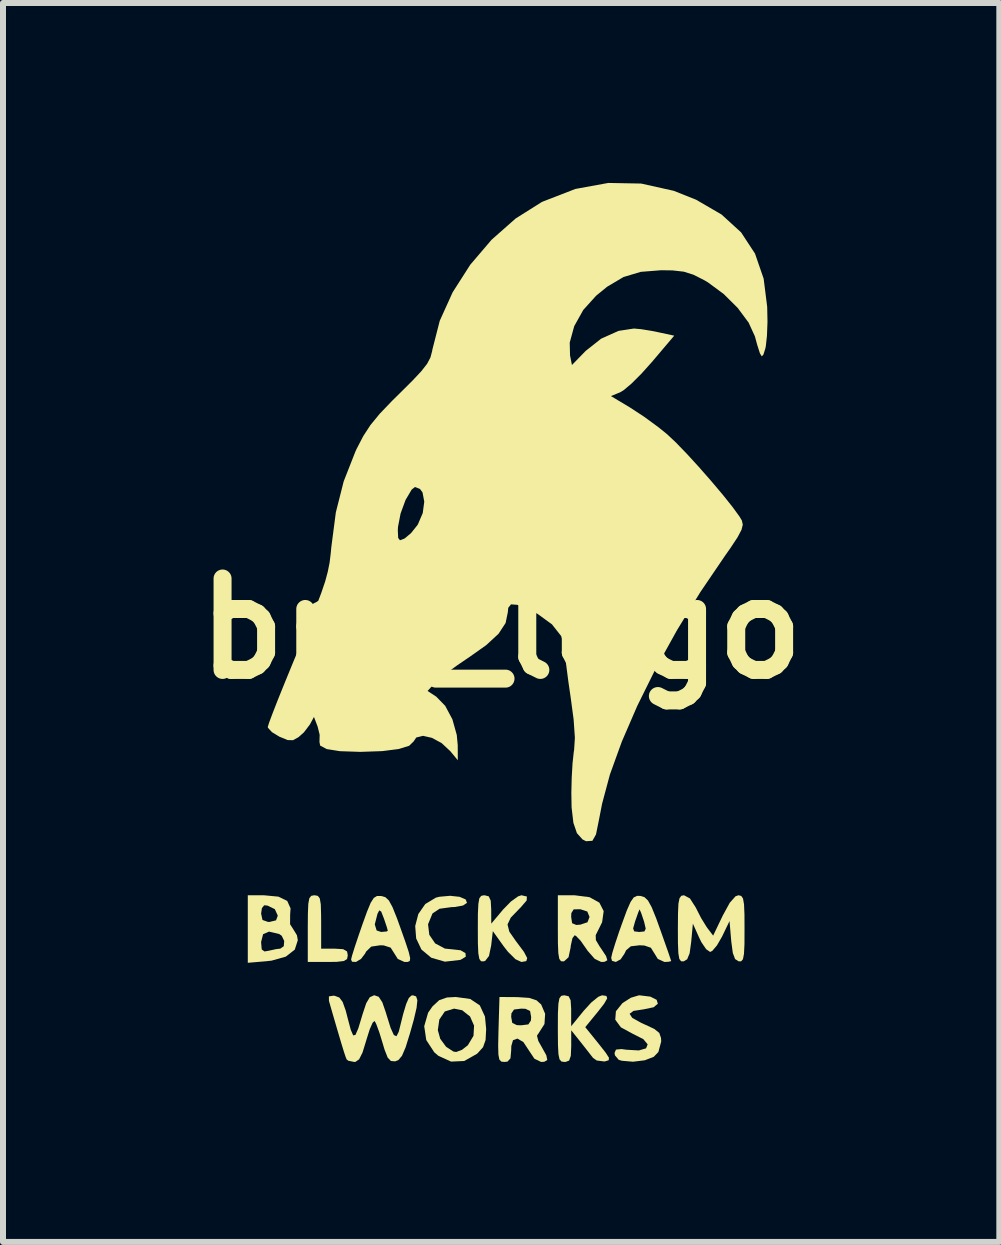
<source format=kicad_pcb>
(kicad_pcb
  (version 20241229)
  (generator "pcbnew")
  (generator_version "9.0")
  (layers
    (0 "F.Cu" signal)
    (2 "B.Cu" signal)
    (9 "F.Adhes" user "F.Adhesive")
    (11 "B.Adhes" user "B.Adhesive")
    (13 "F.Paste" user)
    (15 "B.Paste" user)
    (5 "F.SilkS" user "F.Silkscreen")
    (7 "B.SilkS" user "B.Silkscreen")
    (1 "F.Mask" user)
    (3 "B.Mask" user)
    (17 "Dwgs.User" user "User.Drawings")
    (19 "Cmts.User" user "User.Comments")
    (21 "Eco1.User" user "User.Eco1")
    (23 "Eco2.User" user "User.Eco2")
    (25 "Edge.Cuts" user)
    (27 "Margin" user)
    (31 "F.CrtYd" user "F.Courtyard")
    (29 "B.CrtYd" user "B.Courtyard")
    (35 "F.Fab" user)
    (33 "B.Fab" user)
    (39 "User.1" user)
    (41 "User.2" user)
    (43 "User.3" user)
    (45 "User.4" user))
  (footprint "brw_logo"
    (layer "F.Cu")
    (at 5.305 7.429)
    (property "Reference" "brw_logo" (at 0 0 0) (layer "F.SilkS") (effects (font (size 1.524 1.524) (thickness 0.3))))
    (attr board_only exclude_from_pos_files exclude_from_bom)
    (fp_poly (pts (xy -3.057 4.456) (xy -3.024 4.498) (xy -3.007 4.597) (xy -3.002 4.774) (xy -3.001 4.891) (xy -3.001 5.336) (xy -2.779 5.336) (xy -2.634 5.345) (xy -2.569 5.383) (xy -2.557 5.447) (xy -2.569 5.509) (xy -2.622 5.542) (xy -2.742 5.556) (xy -2.89 5.558) (xy -3.224 5.558) (xy -3.224 5.002) (xy -3.222 4.749) (xy -3.215 4.587) (xy -3.198 4.496) (xy -3.167 4.456) (xy -3.118 4.446) (xy -3.112 4.446)) (stroke (width 0) (type solid)) (fill yes) (layer "F.SilkS"))
    (fp_poly (pts (xy -0.693 4.472) (xy -0.591 4.516) (xy -0.57 4.573) (xy -0.636 4.617) (xy -0.775 4.642) (xy -0.831 4.644) (xy -1.028 4.671) (xy -1.143 4.748) (xy -1.146 4.752) (xy -1.219 4.93) (xy -1.198 5.105) (xy -1.1 5.249) (xy -0.938 5.335) (xy -0.82 5.347) (xy -0.677 5.363) (xy -0.595 5.411) (xy -0.59 5.47) (xy -0.675 5.521) (xy -0.685 5.524) (xy -0.938 5.553) (xy -1.164 5.488) (xy -1.166 5.487) (xy -1.329 5.351) (xy -1.417 5.166) (xy -1.433 4.959) (xy -1.381 4.759) (xy -1.265 4.592) (xy -1.089 4.486) (xy -1.031 4.471) (xy -0.85 4.455)) (stroke (width 0) (type solid)) (fill yes) (layer "F.SilkS"))
    (fp_poly (pts (xy -0.516 6.175) (xy -0.356 6.282) (xy -0.27 6.468) (xy -0.25 6.676) (xy -0.26 6.86) (xy -0.302 6.979) (xy -0.393 7.08) (xy -0.406 7.091) (xy -0.616 7.209) (xy -0.835 7.219) (xy -1.045 7.124) (xy -1.116 7.063) (xy -1.249 6.859) (xy -1.273 6.694) (xy -1.056 6.694) (xy -1.016 6.839) (xy -0.918 6.972) (xy -0.797 7.051) (xy -0.75 7.059) (xy -0.652 7.022) (xy -0.556 6.947) (xy -0.461 6.789) (xy -0.452 6.619) (xy -0.519 6.467) (xy -0.65 6.363) (xy -0.785 6.336) (xy -0.939 6.383) (xy -1.031 6.518) (xy -1.056 6.694) (xy -1.273 6.694) (xy -1.283 6.63) (xy -1.218 6.404) (xy -1.144 6.298) (xy -1.033 6.195) (xy -0.903 6.15) (xy -0.757 6.142)) (stroke (width 0) (type solid)) (fill yes) (layer "F.SilkS"))
    (fp_poly (pts (xy 2.487 6.136) (xy 2.592 6.189) (xy 2.612 6.254) (xy 2.542 6.313) (xy 2.38 6.347) (xy 2.206 6.374) (xy 2.141 6.422) (xy 2.185 6.49) (xy 2.338 6.575) (xy 2.389 6.598) (xy 2.552 6.674) (xy 2.636 6.741) (xy 2.665 6.826) (xy 2.668 6.884) (xy 2.621 7.059) (xy 2.544 7.139) (xy 2.395 7.197) (xy 2.198 7.221) (xy 2.012 7.205) (xy 1.959 7.189) (xy 1.897 7.115) (xy 1.89 7.075) (xy 1.914 7.019) (xy 2.004 7.01) (xy 2.087 7.021) (xy 2.295 7.033) (xy 2.416 6.998) (xy 2.442 6.931) (xy 2.37 6.845) (xy 2.195 6.756) (xy 1.996 6.648) (xy 1.902 6.52) (xy 1.913 6.38) (xy 2.023 6.243) (xy 2.163 6.154) (xy 2.297 6.114) (xy 2.305 6.114)) (stroke (width 0) (type solid)) (fill yes) (layer "F.SilkS"))
    (fp_poly (pts (xy 0.429 4.467) (xy 0.425 4.533) (xy 0.326 4.648) (xy 0.301 4.673) (xy 0.16 4.819) (xy 0.106 4.933) (xy 0.136 5.053) (xy 0.246 5.211) (xy 0.254 5.221) (xy 0.38 5.39) (xy 0.434 5.493) (xy 0.419 5.544) (xy 0.338 5.558) (xy 0.337 5.558) (xy 0.238 5.512) (xy 0.112 5.387) (xy 0.045 5.301) (xy -0.139 5.044) (xy -0.167 5.286) (xy -0.203 5.458) (xy -0.265 5.539) (xy -0.292 5.548) (xy -0.336 5.546) (xy -0.364 5.507) (xy -0.381 5.413) (xy -0.388 5.244) (xy -0.389 5.006) (xy -0.388 4.752) (xy -0.38 4.589) (xy -0.364 4.497) (xy -0.333 4.456) (xy -0.285 4.446) (xy -0.278 4.446) (xy -0.207 4.464) (xy -0.174 4.536) (xy -0.166 4.683) (xy -0.165 4.919) (xy 0.033 4.683) (xy 0.162 4.551) (xy 0.281 4.465) (xy 0.338 4.446)) (stroke (width 0) (type solid)) (fill yes) (layer "F.SilkS"))
    (fp_poly (pts (xy -3.714 4.469) (xy -3.567 4.54) (xy -3.511 4.664) (xy -3.518 4.767) (xy -3.519 4.93) (xy -3.471 5.004) (xy -3.405 5.112) (xy -3.39 5.195) (xy -3.441 5.353) (xy -3.59 5.469) (xy -3.828 5.536) (xy -3.919 5.546) (xy -4.224 5.572) (xy -4.224 5.231) (xy -4.002 5.231) (xy -3.992 5.349) (xy -3.945 5.383) (xy -3.877 5.371) (xy -3.747 5.343) (xy -3.682 5.336) (xy -3.624 5.295) (xy -3.617 5.207) (xy -3.659 5.121) (xy -3.701 5.092) (xy -3.87 5.052) (xy -3.969 5.095) (xy -4.002 5.224) (xy -4.002 5.231) (xy -4.224 5.231) (xy -4.224 4.752) (xy -4.002 4.752) (xy -3.979 4.858) (xy -3.888 4.89) (xy -3.863 4.891) (xy -3.753 4.864) (xy -3.724 4.786) (xy -3.773 4.678) (xy -3.896 4.618) (xy -3.951 4.613) (xy -3.989 4.661) (xy -4.002 4.752) (xy -4.224 4.752) (xy -4.224 4.446) (xy -3.957 4.446)) (stroke (width 0) (type solid)) (fill yes) (layer "F.SilkS"))
    (fp_poly (pts (xy 1.125 6.13) (xy 1.158 6.196) (xy 1.167 6.34) (xy 1.167 6.372) (xy 1.167 6.629) (xy 1.376 6.372) (xy 1.503 6.233) (xy 1.619 6.139) (xy 1.681 6.114) (xy 1.754 6.124) (xy 1.768 6.165) (xy 1.716 6.255) (xy 1.595 6.41) (xy 1.59 6.415) (xy 1.402 6.645) (xy 1.625 6.921) (xy 1.743 7.071) (xy 1.797 7.155) (xy 1.793 7.196) (xy 1.74 7.213) (xy 1.719 7.217) (xy 1.594 7.201) (xy 1.532 7.158) (xy 1.461 7.067) (xy 1.356 6.933) (xy 1.321 6.889) (xy 1.168 6.697) (xy 1.168 6.961) (xy 1.161 7.123) (xy 1.133 7.202) (xy 1.073 7.225) (xy 1.056 7.225) (xy 1.005 7.218) (xy 0.973 7.181) (xy 0.955 7.096) (xy 0.947 6.942) (xy 0.945 6.699) (xy 0.945 6.67) (xy 0.946 6.417) (xy 0.954 6.255) (xy 0.971 6.164) (xy 1.001 6.123) (xy 1.05 6.114) (xy 1.056 6.114)) (stroke (width 0) (type solid)) (fill yes) (layer "F.SilkS"))
    (fp_poly (pts (xy 1.473 4.478) (xy 1.637 4.569) (xy 1.709 4.71) (xy 1.683 4.895) (xy 1.631 5.001) (xy 1.576 5.111) (xy 1.579 5.194) (xy 1.645 5.305) (xy 1.659 5.324) (xy 1.749 5.46) (xy 1.77 5.53) (xy 1.722 5.556) (xy 1.668 5.558) (xy 1.561 5.508) (xy 1.44 5.37) (xy 1.417 5.336) (xy 1.325 5.205) (xy 1.249 5.125) (xy 1.225 5.113) (xy 1.188 5.162) (xy 1.161 5.284) (xy 1.157 5.321) (xy 1.123 5.48) (xy 1.05 5.546) (xy 1.042 5.548) (xy 0.998 5.546) (xy 0.969 5.507) (xy 0.953 5.413) (xy 0.946 5.244) (xy 0.945 5.006) (xy 0.945 4.808) (xy 1.167 4.808) (xy 1.183 4.912) (xy 1.252 4.941) (xy 1.32 4.936) (xy 1.439 4.896) (xy 1.473 4.808) (xy 1.436 4.717) (xy 1.32 4.679) (xy 1.209 4.681) (xy 1.17 4.743) (xy 1.167 4.808) (xy 0.945 4.808) (xy 0.945 4.446) (xy 1.223 4.446)) (stroke (width 0) (type solid)) (fill yes) (layer "F.SilkS"))
    (fp_poly (pts (xy -2.002 4.458) (xy -1.931 4.478) (xy -1.872 4.533) (xy -1.812 4.643) (xy -1.738 4.827) (xy -1.685 4.974) (xy -1.595 5.228) (xy -1.54 5.395) (xy -1.517 5.494) (xy -1.523 5.541) (xy -1.556 5.557) (xy -1.613 5.558) (xy -1.724 5.507) (xy -1.779 5.419) (xy -1.843 5.319) (xy -1.958 5.282) (xy -2.018 5.28) (xy -2.166 5.302) (xy -2.251 5.384) (xy -2.269 5.419) (xy -2.337 5.508) (xy -2.421 5.558) (xy -2.487 5.554) (xy -2.502 5.516) (xy -2.485 5.449) (xy -2.439 5.302) (xy -2.371 5.1) (xy -2.322 4.958) (xy -2.313 4.932) (xy -2.107 4.932) (xy -2.076 5.033) (xy -2.001 5.058) (xy -1.91 5.05) (xy -1.89 5.038) (xy -1.906 4.978) (xy -1.947 4.856) (xy -1.955 4.833) (xy -2 4.718) (xy -2.032 4.698) (xy -2.062 4.755) (xy -2.107 4.932) (xy -2.313 4.932) (xy -2.237 4.721) (xy -2.175 4.571) (xy -2.123 4.49) (xy -2.07 4.458) (xy -2.003 4.458)) (stroke (width 0) (type solid)) (fill yes) (layer "F.SilkS"))
    (fp_poly (pts (xy 0.271 6.144) (xy 0.467 6.157) (xy 0.589 6.197) (xy 0.667 6.267) (xy 0.733 6.422) (xy 0.722 6.593) (xy 0.636 6.728) (xy 0.597 6.787) (xy 0.619 6.874) (xy 0.67 6.965) (xy 0.753 7.114) (xy 0.769 7.192) (xy 0.719 7.222) (xy 0.666 7.225) (xy 0.554 7.171) (xy 0.461 7.031) (xy 0.37 6.893) (xy 0.274 6.837) (xy 0.268 6.836) (xy 0.197 6.863) (xy 0.169 6.96) (xy 0.167 7.031) (xy 0.155 7.165) (xy 0.106 7.219) (xy 0.054 7.225) (xy 0.002 7.219) (xy -0.03 7.185) (xy -0.046 7.104) (xy -0.05 6.955) (xy -0.045 6.718) (xy -0.044 6.683) (xy -0.038 6.475) (xy 0.167 6.475) (xy 0.185 6.574) (xy 0.261 6.611) (xy 0.333 6.614) (xy 0.453 6.599) (xy 0.496 6.535) (xy 0.5 6.475) (xy 0.482 6.376) (xy 0.406 6.339) (xy 0.333 6.336) (xy 0.214 6.351) (xy 0.171 6.415) (xy 0.167 6.475) (xy -0.038 6.475) (xy -0.028 6.142)) (stroke (width 0) (type solid)) (fill yes) (layer "F.SilkS"))
    (fp_poly (pts (xy 4.002 4.457) (xy 4.032 4.501) (xy 4.049 4.598) (xy 4.056 4.768) (xy 4.057 5.006) (xy 4.056 5.261) (xy 4.048 5.423) (xy 4.031 5.512) (xy 4.001 5.547) (xy 3.96 5.548) (xy 3.9 5.51) (xy 3.862 5.409) (xy 3.837 5.223) (xy 3.835 5.203) (xy 3.807 4.876) (xy 3.683 5.134) (xy 3.598 5.281) (xy 3.519 5.374) (xy 3.483 5.391) (xy 3.417 5.345) (xy 3.337 5.227) (xy 3.302 5.155) (xy 3.196 4.919) (xy 3.168 5.224) (xy 3.142 5.413) (xy 3.101 5.513) (xy 3.043 5.548) (xy 2.999 5.546) (xy 2.97 5.507) (xy 2.954 5.413) (xy 2.947 5.244) (xy 2.946 5.006) (xy 2.948 4.751) (xy 2.955 4.588) (xy 2.973 4.496) (xy 3.003 4.455) (xy 3.048 4.446) (xy 3.147 4.499) (xy 3.242 4.647) (xy 3.246 4.655) (xy 3.333 4.825) (xy 3.424 4.973) (xy 3.437 4.991) (xy 3.534 5.119) (xy 3.695 4.783) (xy 3.811 4.571) (xy 3.907 4.463) (xy 3.956 4.446)) (stroke (width 0) (type solid)) (fill yes) (layer "F.SilkS"))
    (fp_poly (pts (xy 2.321 4.457) (xy 2.389 4.478) (xy 2.448 4.534) (xy 2.509 4.645) (xy 2.584 4.83) (xy 2.646 5.002) (xy 2.725 5.225) (xy 2.788 5.404) (xy 2.826 5.517) (xy 2.835 5.544) (xy 2.788 5.555) (xy 2.722 5.558) (xy 2.611 5.507) (xy 2.557 5.419) (xy 2.496 5.321) (xy 2.388 5.284) (xy 2.307 5.28) (xy 2.161 5.297) (xy 2.083 5.363) (xy 2.056 5.419) (xy 1.992 5.514) (xy 1.911 5.558) (xy 1.848 5.539) (xy 1.834 5.49) (xy 1.852 5.41) (xy 1.9 5.253) (xy 1.969 5.046) (xy 1.986 4.999) (xy 2.2 4.999) (xy 2.218 5.048) (xy 2.3 5.058) (xy 2.304 5.058) (xy 2.388 5.049) (xy 2.41 5.003) (xy 2.383 4.888) (xy 2.375 4.863) (xy 2.334 4.741) (xy 2.308 4.683) (xy 2.306 4.683) (xy 2.283 4.739) (xy 2.241 4.859) (xy 2.234 4.877) (xy 2.2 4.999) (xy 1.986 4.999) (xy 2.01 4.931) (xy 2.094 4.701) (xy 2.157 4.558) (xy 2.209 4.483) (xy 2.265 4.456)) (stroke (width 0) (type solid)) (fill yes) (layer "F.SilkS"))
    (fp_poly (pts (xy -1.418 6.132) (xy -1.397 6.196) (xy -1.41 6.321) (xy -1.457 6.523) (xy -1.522 6.753) (xy -1.593 6.981) (xy -1.653 7.121) (xy -1.712 7.193) (xy -1.768 7.215) (xy -1.838 7.209) (xy -1.892 7.152) (xy -1.944 7.02) (xy -1.977 6.909) (xy -2.032 6.73) (xy -2.082 6.595) (xy -2.109 6.542) (xy -2.142 6.569) (xy -2.191 6.68) (xy -2.245 6.851) (xy -2.248 6.862) (xy -2.311 7.067) (xy -2.368 7.181) (xy -2.43 7.224) (xy -2.448 7.225) (xy -2.547 7.205) (xy -2.575 7.184) (xy -2.591 7.146) (xy -2.619 7.063) (xy -2.663 6.92) (xy -2.727 6.704) (xy -2.815 6.402) (xy -2.871 6.207) (xy -2.872 6.132) (xy -2.795 6.12) (xy -2.773 6.123) (xy -2.698 6.151) (xy -2.643 6.224) (xy -2.592 6.367) (xy -2.557 6.502) (xy -2.507 6.69) (xy -2.467 6.782) (xy -2.429 6.774) (xy -2.381 6.663) (xy -2.316 6.448) (xy -2.312 6.433) (xy -2.249 6.245) (xy -2.19 6.146) (xy -2.12 6.114) (xy -2.112 6.114) (xy -2.041 6.139) (xy -1.981 6.231) (xy -1.92 6.408) (xy -1.913 6.433) (xy -1.843 6.657) (xy -1.789 6.776) (xy -1.745 6.796) (xy -1.708 6.723) (xy -1.699 6.688) (xy -1.634 6.427) (xy -1.583 6.257) (xy -1.54 6.16) (xy -1.498 6.119) (xy -1.471 6.114)) (stroke (width 0) (type solid)) (fill yes) (layer "F.SilkS"))
    (fp_poly (pts (xy 2.333 -7.419) (xy 2.877 -7.298) (xy 3.251 -7.149) (xy 3.675 -6.902) (xy 4 -6.605) (xy 4.232 -6.251) (xy 4.376 -5.833) (xy 4.435 -5.363) (xy 4.44 -5.113) (xy 4.431 -4.881) (xy 4.412 -4.707) (xy 4.404 -4.669) (xy 4.372 -4.568) (xy 4.345 -4.538) (xy 4.314 -4.588) (xy 4.269 -4.729) (xy 4.23 -4.872) (xy 4.125 -5.101) (xy 3.943 -5.346) (xy 3.708 -5.579) (xy 3.445 -5.773) (xy 3.382 -5.81) (xy 3.203 -5.9) (xy 3.044 -5.95) (xy 2.857 -5.971) (xy 2.668 -5.974) (xy 2.328 -5.947) (xy 2.04 -5.861) (xy 1.767 -5.699) (xy 1.583 -5.549) (xy 1.369 -5.312) (xy 1.218 -5.042) (xy 1.143 -4.768) (xy 1.148 -4.554) (xy 1.18 -4.394) (xy 1.41 -4.63) (xy 1.667 -4.833) (xy 1.957 -4.963) (xy 2.213 -5.002) (xy 2.335 -4.991) (xy 2.512 -4.962) (xy 2.607 -4.943) (xy 2.885 -4.883) (xy 2.513 -4.444) (xy 2.34 -4.251) (xy 2.176 -4.087) (xy 2.043 -3.975) (xy 1.986 -3.94) (xy 1.83 -3.876) (xy 2.152 -3.683) (xy 2.378 -3.535) (xy 2.62 -3.358) (xy 2.765 -3.241) (xy 2.909 -3.106) (xy 3.092 -2.917) (xy 3.296 -2.694) (xy 3.503 -2.458) (xy 3.697 -2.228) (xy 3.859 -2.025) (xy 3.973 -1.868) (xy 4.013 -1.801) (xy 4.028 -1.733) (xy 4.007 -1.647) (xy 3.941 -1.522) (xy 3.82 -1.339) (xy 3.734 -1.217) (xy 3.319 -0.606) (xy 2.932 0.026) (xy 2.579 0.663) (xy 2.27 1.287) (xy 2.012 1.883) (xy 1.813 2.433) (xy 1.682 2.922) (xy 1.672 2.974) (xy 1.633 3.175) (xy 1.598 3.348) (xy 1.581 3.432) (xy 1.521 3.538) (xy 1.415 3.545) (xy 1.356 3.515) (xy 1.263 3.411) (xy 1.204 3.238) (xy 1.174 2.981) (xy 1.17 2.741) (xy 1.176 2.486) (xy 1.19 2.245) (xy 1.21 2.06) (xy 1.216 2.025) (xy 1.229 1.82) (xy 1.208 1.516) (xy 1.161 1.164) (xy 1.121 0.889) (xy 1.088 0.635) (xy 1.066 0.434) (xy 1.059 0.33) (xy 1.002 0.127) (xy 0.847 -0.07) (xy 0.605 -0.246) (xy 0.447 -0.327) (xy 0.267 -0.396) (xy 0.164 -0.404) (xy 0.118 -0.346) (xy 0.111 -0.272) (xy 0.074 -0.093) (xy -0.043 0.086) (xy -0.25 0.277) (xy -0.516 0.465) (xy -0.729 0.61) (xy -0.92 0.749) (xy -1.059 0.862) (xy -1.1 0.901) (xy -1.227 1.04) (xy -1.081 1.136) (xy -0.933 1.288) (xy -0.813 1.513) (xy -0.74 1.774) (xy -0.724 1.945) (xy -0.723 2.195) (xy -0.848 2.044) (xy -0.993 1.909) (xy -1.154 1.822) (xy -1.303 1.788) (xy -1.415 1.816) (xy -1.459 1.881) (xy -1.534 1.954) (xy -1.71 2.008) (xy -1.981 2.043) (xy -2.336 2.055) (xy -2.362 2.055) (xy -2.689 2.044) (xy -2.908 2.009) (xy -3.018 1.95) (xy -3.029 1.89) (xy -3.026 1.77) (xy -3.06 1.633) (xy -3.121 1.473) (xy -3.188 1.598) (xy -3.289 1.731) (xy -3.378 1.81) (xy -3.47 1.861) (xy -3.559 1.859) (xy -3.693 1.804) (xy -3.696 1.803) (xy -3.821 1.727) (xy -3.887 1.655) (xy -3.891 1.641) (xy -3.87 1.572) (xy -3.812 1.416) (xy -3.723 1.188) (xy -3.608 0.903) (xy -3.474 0.576) (xy -3.382 0.355) (xy -3.218 -0.039) (xy -3.093 -0.348) (xy -3 -0.591) (xy -2.934 -0.786) (xy -2.89 -0.95) (xy -2.86 -1.101) (xy -2.841 -1.258) (xy -2.831 -1.362) (xy -2.795 -1.639) (xy -1.723 -1.639) (xy -1.717 -1.511) (xy -1.687 -1.472) (xy -1.614 -1.5) (xy -1.609 -1.502) (xy -1.503 -1.591) (xy -1.396 -1.725) (xy -1.387 -1.74) (xy -1.307 -1.927) (xy -1.282 -2.116) (xy -1.311 -2.27) (xy -1.354 -2.328) (xy -1.437 -2.36) (xy -1.492 -2.317) (xy -1.594 -2.144) (xy -1.677 -1.918) (xy -1.72 -1.695) (xy -1.723 -1.639) (xy -2.795 -1.639) (xy -2.756 -1.938) (xy -2.625 -2.455) (xy -2.429 -2.954) (xy -2.407 -3.001) (xy -2.299 -3.209) (xy -2.179 -3.393) (xy -2.024 -3.582) (xy -1.814 -3.801) (xy -1.695 -3.918) (xy -1.478 -4.134) (xy -1.329 -4.293) (xy -1.234 -4.415) (xy -1.179 -4.52) (xy -1.151 -4.625) (xy -1.146 -4.654) (xy -1.024 -5.131) (xy -0.808 -5.608) (xy -0.515 -6.066) (xy -0.16 -6.482) (xy 0.242 -6.837) (xy 0.674 -7.109) (xy 0.695 -7.119) (xy 1.237 -7.329) (xy 1.785 -7.429)) (stroke (width 0) (type solid)) (fill yes) (layer "F.SilkS")))
  (gr_rect
    (start -3 -3)
    (end 13.61 17.654)
    (stroke (width 0.1) (type default))
    (fill no)
    (layer "Edge.Cuts")))
</source>
